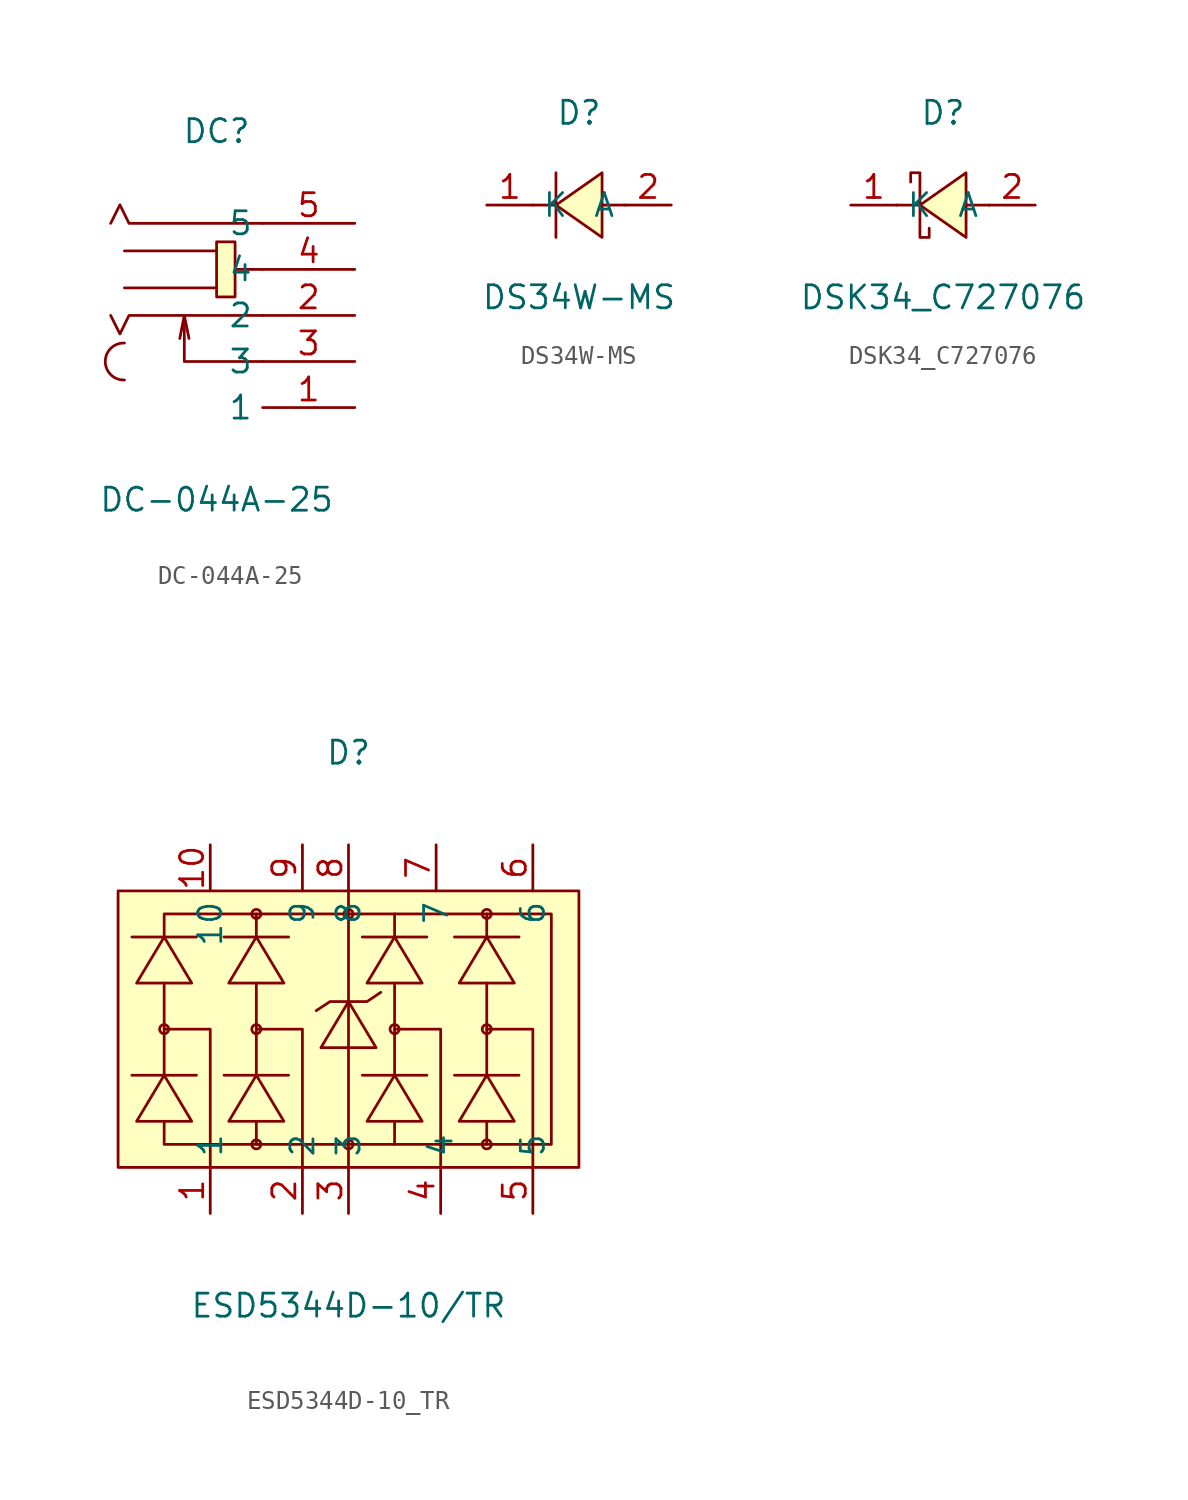
<source format=kicad_sym>
(kicad_symbol_lib
  (version 20241209)
  (generator "kicad_symbol_editor")
  (generator_version "9.0")
  (symbol "DC-044A-25"
    (property "Reference" "DC"
      (at 0 10.16 0)
      (effects (font (size 1.27 1.27))))
    (property "Value" "DC-044A-25"
      (at 0 -10.16 0)
      (effects (font (size 1.27 1.27))))
    (symbol "DC-044A-25_0_1"
      (rectangle (start 0.00 4.06) (end 1.02 1.02) (stroke (width 0) (type default) (color 0 0 0 0)) (fill (type background)))
      (arc (start -5.08 -1.52) (mid -4.87 -1.55) (end -5.08 -3.56) (stroke (width 0) (type default) (color 0 0 0 0)) (fill (type none)))
      (polyline (pts (xy 2.54 -0.00) (xy -4.83 -0.00) (xy -5.33 -1.02) (xy -5.84 -0.00)) (stroke (width 0) (type default) (color 0 0 0 0)) (fill (type none)))
      (polyline (pts (xy -1.78 -0.00) (xy -1.52 -1.27)) (stroke (width 0) (type default) (color 0 0 0 0)) (fill (type none)))
      (polyline (pts (xy 2.54 -2.54) (xy -1.78 -2.54) (xy -1.78 -0.00) (xy -2.03 -1.27)) (stroke (width 0) (type default) (color 0 0 0 0)) (fill (type none)))
      (polyline (pts (xy 2.54 5.08) (xy -4.83 5.08) (xy -5.33 6.10) (xy -5.84 5.08)) (stroke (width 0) (type default) (color 0 0 0 0)) (fill (type none)))
      (polyline (pts (xy 0.00 1.52) (xy -5.08 1.52)) (stroke (width 0) (type default) (color 0 0 0 0)) (fill (type none)))
      (polyline (pts (xy 0.00 3.56) (xy -5.08 3.56)) (stroke (width 0) (type default) (color 0 0 0 0)) (fill (type none)))
      (polyline (pts (xy 2.54 2.54) (xy 1.02 2.54)) (stroke (width 0) (type default) (color 0 0 0 0)) (fill (type none)))
      (pin unspecified line (at 7.62 5.08 180) (length 5.08) (name "5" (effects (font (size 1.27 1.27)))) (number "5" (effects (font (size 1.27 1.27)))))
      (pin unspecified line (at 7.62 -2.54 180) (length 5.08) (name "3" (effects (font (size 1.27 1.27)))) (number "3" (effects (font (size 1.27 1.27)))))
      (pin unspecified line (at 7.62 -0.00 180) (length 5.08) (name "2" (effects (font (size 1.27 1.27)))) (number "2" (effects (font (size 1.27 1.27)))))
      (pin unspecified line (at 7.62 2.54 180) (length 5.08) (name "4" (effects (font (size 1.27 1.27)))) (number "4" (effects (font (size 1.27 1.27)))))
      (pin unspecified line (at 7.62 -5.08 180) (length 5.08) (name "1" (effects (font (size 1.27 1.27)))) (number "1" (effects (font (size 1.27 1.27)))))))
  (symbol "DS34W-MS"
    (property "Reference" "D"
      (at 0 5.08 0)
      (effects (font (size 1.27 1.27))))
    (property "Value" "DS34W-MS"
      (at 0 -5.08 0)
      (effects (font (size 1.27 1.27))))
    (symbol "DS34W-MS_0_1"
      (polyline (pts (xy -1.27 1.78) (xy -1.27 -1.78)) (stroke (width 0) (type default)) (fill (type none)))
      (polyline (pts (xy -1.27 0) (xy -2.54 0)) (stroke (width 0) (type default)) (fill (type none)))
      (polyline (pts (xy 1.27 1.78) (xy -1.27 0) (xy 1.27 -1.78) (xy 1.27 1.78)) (stroke (width 0) (type default)) (fill (type background)))
      (polyline (pts (xy 2.54 0) (xy 1.27 0)) (stroke (width 0) (type default)) (fill (type none)))
      (pin unspecified line (at -5.08 0 0) (length 2.54) (name "K" (effects (font (size 1.27 1.27)))) (number "1" (effects (font (size 1.27 1.27)))))
      (pin unspecified line (at 5.08 0 180) (length 2.54) (name "A" (effects (font (size 1.27 1.27)))) (number "2" (effects (font (size 1.27 1.27)))))))
  (symbol "DSK34_C727076"
    (property "Reference" "D"
      (at 0 5.08 0)
      (effects (font (size 1.27 1.27))))
    (property "Value" "DSK34_C727076"
      (at 0 -5.08 0)
      (effects (font (size 1.27 1.27))))
    (symbol "DSK34_C727076_0_1"
      (polyline (pts (xy -1.78 1.27) (xy -1.78 1.78) (xy -1.27 1.78) (xy -1.27 -1.78) (xy -0.76 -1.78) (xy -0.76 -1.27)) (stroke (width 0) (type default)) (fill (type none)))
      (polyline (pts (xy -1.27 0) (xy -2.54 0)) (stroke (width 0) (type default)) (fill (type none)))
      (polyline (pts (xy 1.27 1.78) (xy -1.27 0) (xy 1.27 -1.78) (xy 1.27 1.78)) (stroke (width 0) (type default)) (fill (type background)))
      (polyline (pts (xy 2.54 0) (xy 1.27 0)) (stroke (width 0) (type default)) (fill (type none)))
      (pin unspecified line (at -5.08 0 0) (length 2.54) (name "K" (effects (font (size 1.27 1.27)))) (number "1" (effects (font (size 1.27 1.27)))))
      (pin unspecified line (at 5.08 0 180) (length 2.54) (name "A" (effects (font (size 1.27 1.27)))) (number "2" (effects (font (size 1.27 1.27)))))))
  (symbol "ESD5344D-10_TR"
    (property "Reference" "D"
      (at 0 15.24 0)
      (effects (font (size 1.27 1.27))))
    (property "Value" "ESD5344D-10/TR"
      (at 0 -15.24 0)
      (effects (font (size 1.27 1.27))))
    (symbol "ESD5344D-10_TR_0_1"
      (rectangle (start -12.7 7.62) (end 12.7 -7.62) (stroke (width 0) (type default)) (fill (type background)))
      (polyline (pts (xy -10.16 5.08) (xy -10.16 6.35) (xy 11.18 6.35) (xy 11.18 -6.35) (xy -10.16 -6.35) (xy -10.16 -5.08)) (stroke (width 0) (type default)) (fill (type none)))
      (polyline (pts (xy -10.16 2.54) (xy -10.16 -2.54)) (stroke (width 0) (type default)) (fill (type none)))
      (circle (center -10.16 0) (radius 0.25) (stroke (width 0) (type default)) (fill (type none)))
      (polyline (pts (xy -10.16 0) (xy -7.62 0) (xy -7.62 -7.62)) (stroke (width 0) (type default)) (fill (type none)))
      (polyline (pts (xy -8.64 2.54) (xy -10.16 5.08) (xy -11.68 2.54) (xy -8.64 2.54)) (stroke (width 0) (type default)) (fill (type background)))
      (polyline (pts (xy -8.64 -5.08) (xy -10.16 -2.54) (xy -11.68 -5.08) (xy -8.64 -5.08)) (stroke (width 0) (type default)) (fill (type background)))
      (polyline (pts (xy -8.38 5.08) (xy -11.94 5.08)) (stroke (width 0) (type default)) (fill (type none)))
      (polyline (pts (xy -8.38 -2.54) (xy -11.94 -2.54)) (stroke (width 0) (type default)) (fill (type none)))
      (circle (center -5.08 6.35) (radius 0.25) (stroke (width 0) (type default)) (fill (type none)))
      (polyline (pts (xy -5.08 5.08) (xy -5.08 6.35)) (stroke (width 0) (type default)) (fill (type none)))
      (polyline (pts (xy -5.08 2.54) (xy -5.08 -2.54)) (stroke (width 0) (type default)) (fill (type none)))
      (circle (center -5.08 0) (radius 0.25) (stroke (width 0) (type default)) (fill (type none)))
      (polyline (pts (xy -5.08 0) (xy -2.54 0) (xy -2.54 -7.62)) (stroke (width 0) (type default)) (fill (type none)))
      (polyline (pts (xy -5.08 -5.08) (xy -5.08 -6.35) (xy -4.83 -6.35)) (stroke (width 0) (type default)) (fill (type none)))
      (circle (center -5.08 -6.35) (radius 0.25) (stroke (width 0) (type default)) (fill (type none)))
      (polyline (pts (xy -3.56 2.54) (xy -5.08 5.08) (xy -6.6 2.54) (xy -3.56 2.54)) (stroke (width 0) (type default)) (fill (type background)))
      (polyline (pts (xy -3.56 -5.08) (xy -5.08 -2.54) (xy -6.6 -5.08) (xy -3.56 -5.08)) (stroke (width 0) (type default)) (fill (type background)))
      (polyline (pts (xy -3.3 5.08) (xy -6.86 5.08)) (stroke (width 0) (type default)) (fill (type none)))
      (polyline (pts (xy -3.3 -2.54) (xy -6.86 -2.54)) (stroke (width 0) (type default)) (fill (type none)))
      (circle (center 0 6.35) (radius 0.25) (stroke (width 0) (type default)) (fill (type none)))
      (polyline (pts (xy 0 6.35) (xy 0 7.62)) (stroke (width 0) (type default)) (fill (type none)))
      (polyline (pts (xy 0 6.35) (xy 0 -7.62)) (stroke (width 0) (type default)) (fill (type none)))
      (circle (center 0 -6.35) (radius 0.25) (stroke (width 0) (type default)) (fill (type none)))
      (polyline (pts (xy 1.52 -1.02) (xy 0 1.52) (xy -1.52 -1.02) (xy 1.52 -1.02)) (stroke (width 0) (type default)) (fill (type background)))
      (polyline (pts (xy 1.78 2.03) (xy 1.02 1.52) (xy -1.02 1.52) (xy -1.78 1.02)) (stroke (width 0) (type default)) (fill (type none)))
      (polyline (pts (xy 2.54 5.08) (xy 2.54 6.35)) (stroke (width 0) (type default)) (fill (type none)))
      (polyline (pts (xy 2.54 2.54) (xy 2.54 -2.54)) (stroke (width 0) (type default)) (fill (type none)))
      (polyline (pts (xy 2.54 0) (xy 5.08 0) (xy 5.08 -7.62)) (stroke (width 0) (type default)) (fill (type none)))
      (circle (center 2.54 0) (radius 0.25) (stroke (width 0) (type default)) (fill (type none)))
      (polyline (pts (xy 2.54 -6.35) (xy 2.54 -5.08)) (stroke (width 0) (type default)) (fill (type none)))
      (polyline (pts (xy 4.06 2.54) (xy 2.54 5.08) (xy 1.02 2.54) (xy 4.06 2.54)) (stroke (width 0) (type default)) (fill (type background)))
      (polyline (pts (xy 4.06 -5.08) (xy 2.54 -2.54) (xy 1.02 -5.08) (xy 4.06 -5.08)) (stroke (width 0) (type default)) (fill (type background)))
      (polyline (pts (xy 4.32 5.08) (xy 0.76 5.08)) (stroke (width 0) (type default)) (fill (type none)))
      (polyline (pts (xy 4.32 -2.54) (xy 0.76 -2.54)) (stroke (width 0) (type default)) (fill (type none)))
      (circle (center 7.62 6.35) (radius 0.25) (stroke (width 0) (type default)) (fill (type none)))
      (polyline (pts (xy 7.62 5.08) (xy 7.62 6.35)) (stroke (width 0) (type default)) (fill (type none)))
      (polyline (pts (xy 7.62 2.54) (xy 7.62 -2.54)) (stroke (width 0) (type default)) (fill (type none)))
      (polyline (pts (xy 7.62 0) (xy 10.16 0) (xy 10.16 -7.62)) (stroke (width 0) (type default)) (fill (type none)))
      (circle (center 7.62 0) (radius 0.25) (stroke (width 0) (type default)) (fill (type none)))
      (polyline (pts (xy 7.62 -6.35) (xy 7.62 -5.08)) (stroke (width 0) (type default)) (fill (type none)))
      (circle (center 7.62 -6.35) (radius 0.25) (stroke (width 0) (type default)) (fill (type none)))
      (polyline (pts (xy 9.14 2.54) (xy 7.62 5.08) (xy 6.1 2.54) (xy 9.14 2.54)) (stroke (width 0) (type default)) (fill (type background)))
      (polyline (pts (xy 9.14 -5.08) (xy 7.62 -2.54) (xy 6.1 -5.08) (xy 9.14 -5.08)) (stroke (width 0) (type default)) (fill (type background)))
      (polyline (pts (xy 9.4 5.08) (xy 5.84 5.08)) (stroke (width 0) (type default)) (fill (type none)))
      (polyline (pts (xy 9.4 -2.54) (xy 5.84 -2.54)) (stroke (width 0) (type default)) (fill (type none)))
      (pin unspecified line (at -7.62 10.16 270) (length 2.54) (name "10" (effects (font (size 1.27 1.27)))) (number "10" (effects (font (size 1.27 1.27)))))
      (pin unspecified line (at -7.62 -10.16 90) (length 2.54) (name "1" (effects (font (size 1.27 1.27)))) (number "1" (effects (font (size 1.27 1.27)))))
      (pin unspecified line (at -2.54 10.16 270) (length 2.54) (name "9" (effects (font (size 1.27 1.27)))) (number "9" (effects (font (size 1.27 1.27)))))
      (pin unspecified line (at -2.54 -10.16 90) (length 2.54) (name "2" (effects (font (size 1.27 1.27)))) (number "2" (effects (font (size 1.27 1.27)))))
      (pin unspecified line (at 0 10.16 270) (length 2.54) (name "8" (effects (font (size 1.27 1.27)))) (number "8" (effects (font (size 1.27 1.27)))))
      (pin unspecified line (at 0 -10.16 90) (length 2.54) (name "3" (effects (font (size 1.27 1.27)))) (number "3" (effects (font (size 1.27 1.27)))))
      (pin unspecified line (at 4.83 10.16 270) (length 2.54) (name "7" (effects (font (size 1.27 1.27)))) (number "7" (effects (font (size 1.27 1.27)))))
      (pin unspecified line (at 5.08 -10.16 90) (length 2.54) (name "4" (effects (font (size 1.27 1.27)))) (number "4" (effects (font (size 1.27 1.27)))))
      (pin unspecified line (at 10.16 10.16 270) (length 2.54) (name "6" (effects (font (size 1.27 1.27)))) (number "6" (effects (font (size 1.27 1.27)))))
      (pin unspecified line (at 10.16 -10.16 90) (length 2.54) (name "5" (effects (font (size 1.27 1.27)))) (number "5" (effects (font (size 1.27 1.27))))))))
</source>
